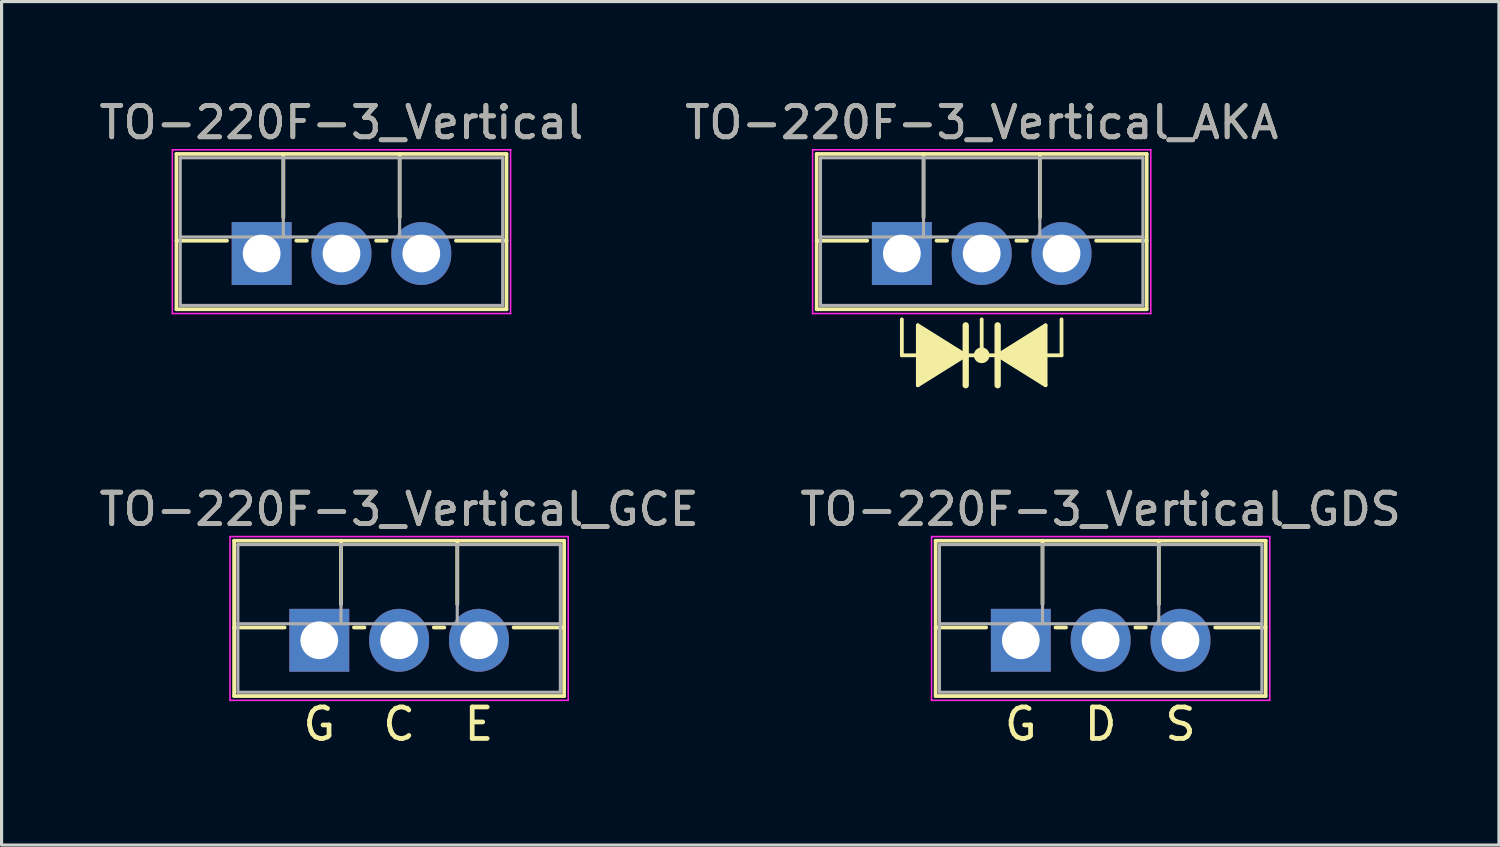
<source format=kicad_pcb>
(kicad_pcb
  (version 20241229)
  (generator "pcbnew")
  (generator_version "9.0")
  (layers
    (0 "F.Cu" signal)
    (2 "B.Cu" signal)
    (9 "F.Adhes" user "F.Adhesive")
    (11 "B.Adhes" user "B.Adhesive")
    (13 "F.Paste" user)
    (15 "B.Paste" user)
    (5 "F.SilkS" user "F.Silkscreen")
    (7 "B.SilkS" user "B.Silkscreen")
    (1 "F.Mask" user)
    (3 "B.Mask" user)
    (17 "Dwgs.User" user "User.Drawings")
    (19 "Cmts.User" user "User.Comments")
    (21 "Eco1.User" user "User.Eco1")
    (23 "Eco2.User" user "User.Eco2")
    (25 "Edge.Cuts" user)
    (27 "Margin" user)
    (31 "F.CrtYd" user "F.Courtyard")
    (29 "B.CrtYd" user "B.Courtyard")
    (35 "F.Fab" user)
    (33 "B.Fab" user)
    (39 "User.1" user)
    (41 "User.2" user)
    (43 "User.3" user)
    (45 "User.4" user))
  (footprint "TO-220F-3_Vertical_GCE"
    (layer "F.Cu")
    (at 7.109 17.323)
    (property "Reference" "TO-220F-3_Vertical_GCE" (at 2.54 -4.168 0) (layer "F.SilkS") (effects (font (size 1 1) (thickness 0.15))))
    (fp_line (start -2.71 -3.168) (end -2.71 1.773) (stroke (width 0.12) (type solid)) (layer "F.SilkS"))
    (fp_line (start -2.71 -3.168) (end 7.79 -3.168) (stroke (width 0.12) (type solid)) (layer "F.SilkS"))
    (fp_line (start -2.71 -0.408) (end -1.103 -0.408) (stroke (width 0.12) (type solid)) (layer "F.SilkS"))
    (fp_line (start -2.71 1.773) (end 7.79 1.773) (stroke (width 0.12) (type solid)) (layer "F.SilkS"))
    (fp_line (start 0.69 -3.168) (end 0.69 -1.15) (stroke (width 0.12) (type solid)) (layer "F.SilkS"))
    (fp_line (start 1.103 -0.408) (end 1.438 -0.408) (stroke (width 0.12) (type solid)) (layer "F.SilkS"))
    (fp_line (start 3.643 -0.408) (end 3.978 -0.408) (stroke (width 0.12) (type solid)) (layer "F.SilkS"))
    (fp_line (start 4.391 -3.168) (end 4.391 -1.15) (stroke (width 0.12) (type solid)) (layer "F.SilkS"))
    (fp_line (start 6.183 -0.408) (end 7.79 -0.408) (stroke (width 0.12) (type solid)) (layer "F.SilkS"))
    (fp_line (start 7.79 -3.168) (end 7.79 1.773) (stroke (width 0.12) (type solid)) (layer "F.SilkS"))
    (fp_line (start -2.84 -3.3) (end -2.84 1.91) (stroke (width 0.05) (type solid)) (layer "F.CrtYd"))
    (fp_line (start -2.84 1.91) (end 7.92 1.91) (stroke (width 0.05) (type solid)) (layer "F.CrtYd"))
    (fp_line (start 7.92 -3.3) (end -2.84 -3.3) (stroke (width 0.05) (type solid)) (layer "F.CrtYd"))
    (fp_line (start 7.92 1.91) (end 7.92 -3.3) (stroke (width 0.05) (type solid)) (layer "F.CrtYd"))
    (fp_line (start -2.59 -3.047) (end -2.59 1.653) (stroke (width 0.1) (type solid)) (layer "F.Fab"))
    (fp_line (start -2.59 -0.527) (end 7.67 -0.527) (stroke (width 0.1) (type solid)) (layer "F.Fab"))
    (fp_line (start -2.59 1.653) (end 7.67 1.653) (stroke (width 0.1) (type solid)) (layer "F.Fab"))
    (fp_line (start 0.69 -3.047) (end 0.69 -0.527) (stroke (width 0.1) (type solid)) (layer "F.Fab"))
    (fp_line (start 4.39 -3.047) (end 4.39 -0.527) (stroke (width 0.1) (type solid)) (layer "F.Fab"))
    (fp_line (start 7.67 -3.047) (end -2.59 -3.047) (stroke (width 0.1) (type solid)) (layer "F.Fab"))
    (fp_line (start 7.67 1.653) (end 7.67 -3.047) (stroke (width 0.1) (type solid)) (layer "F.Fab"))
    (fp_text user "G" (at 0 2.667 0) (unlocked yes) (layer "F.SilkS") (effects (font (size 1 1) (thickness 0.15))))
    (fp_text user "C" (at 2.54 2.667 0) (unlocked yes) (layer "F.SilkS") (effects (font (size 1 1) (thickness 0.15))))
    (fp_text user "E" (at 5.08 2.667 0) (unlocked yes) (layer "F.SilkS") (effects (font (size 1 1) (thickness 0.15))))
    (fp_text user "${REFERENCE}" (at 2.54 -4.168 0) (layer "F.Fab") (effects (font (size 1 1) (thickness 0.15))))
    (pad "1" thru_hole rect (at 0 0) (size 1.905 2) (drill 1.2) (layers "*.Cu" "*.Mask"))
    (pad "2" thru_hole oval (at 2.54 0) (size 1.905 2) (drill 1.2) (layers "*.Cu" "*.Mask"))
    (pad "3" thru_hole oval (at 5.08 0) (size 1.905 2) (drill 1.2) (layers "*.Cu" "*.Mask")))
  (footprint "TO-220F-3_Vertical_GDS"
    (layer "F.Cu")
    (at 29.43 17.323)
    (property "Reference" "TO-220F-3_Vertical_GDS" (at 2.54 -4.168 0) (layer "F.SilkS") (effects (font (size 1 1) (thickness 0.15))))
    (fp_line (start -2.71 -3.168) (end -2.71 1.773) (stroke (width 0.12) (type solid)) (layer "F.SilkS"))
    (fp_line (start -2.71 -3.168) (end 7.79 -3.168) (stroke (width 0.12) (type solid)) (layer "F.SilkS"))
    (fp_line (start -2.71 -0.408) (end -1.103 -0.408) (stroke (width 0.12) (type solid)) (layer "F.SilkS"))
    (fp_line (start -2.71 1.773) (end 7.79 1.773) (stroke (width 0.12) (type solid)) (layer "F.SilkS"))
    (fp_line (start 0.69 -3.168) (end 0.69 -1.15) (stroke (width 0.12) (type solid)) (layer "F.SilkS"))
    (fp_line (start 1.103 -0.408) (end 1.438 -0.408) (stroke (width 0.12) (type solid)) (layer "F.SilkS"))
    (fp_line (start 3.643 -0.408) (end 3.978 -0.408) (stroke (width 0.12) (type solid)) (layer "F.SilkS"))
    (fp_line (start 4.391 -3.168) (end 4.391 -1.15) (stroke (width 0.12) (type solid)) (layer "F.SilkS"))
    (fp_line (start 6.183 -0.408) (end 7.79 -0.408) (stroke (width 0.12) (type solid)) (layer "F.SilkS"))
    (fp_line (start 7.79 -3.168) (end 7.79 1.773) (stroke (width 0.12) (type solid)) (layer "F.SilkS"))
    (fp_line (start -2.84 -3.3) (end -2.84 1.91) (stroke (width 0.05) (type solid)) (layer "F.CrtYd"))
    (fp_line (start -2.84 1.91) (end 7.92 1.91) (stroke (width 0.05) (type solid)) (layer "F.CrtYd"))
    (fp_line (start 7.92 -3.3) (end -2.84 -3.3) (stroke (width 0.05) (type solid)) (layer "F.CrtYd"))
    (fp_line (start 7.92 1.91) (end 7.92 -3.3) (stroke (width 0.05) (type solid)) (layer "F.CrtYd"))
    (fp_line (start -2.59 -3.047) (end -2.59 1.653) (stroke (width 0.1) (type solid)) (layer "F.Fab"))
    (fp_line (start -2.59 -0.527) (end 7.67 -0.527) (stroke (width 0.1) (type solid)) (layer "F.Fab"))
    (fp_line (start -2.59 1.653) (end 7.67 1.653) (stroke (width 0.1) (type solid)) (layer "F.Fab"))
    (fp_line (start 0.69 -3.047) (end 0.69 -0.527) (stroke (width 0.1) (type solid)) (layer "F.Fab"))
    (fp_line (start 4.39 -3.047) (end 4.39 -0.527) (stroke (width 0.1) (type solid)) (layer "F.Fab"))
    (fp_line (start 7.67 -3.047) (end -2.59 -3.047) (stroke (width 0.1) (type solid)) (layer "F.Fab"))
    (fp_line (start 7.67 1.653) (end 7.67 -3.047) (stroke (width 0.1) (type solid)) (layer "F.Fab"))
    (fp_text user "D" (at 2.54 2.667 0) (unlocked yes) (layer "F.SilkS") (effects (font (size 1 1) (thickness 0.15))))
    (fp_text user "G" (at 0 2.667 0) (unlocked yes) (layer "F.SilkS") (effects (font (size 1 1) (thickness 0.15))))
    (fp_text user "S" (at 5.08 2.667 0) (unlocked yes) (layer "F.SilkS") (effects (font (size 1 1) (thickness 0.15))))
    (fp_text user "${REFERENCE}" (at 2.54 -4.168 0) (layer "F.Fab") (effects (font (size 1 1) (thickness 0.15))))
    (pad "1" thru_hole rect (at 0 0) (size 1.905 2) (drill 1.2) (layers "*.Cu" "*.Mask"))
    (pad "2" thru_hole oval (at 2.54 0) (size 1.905 2) (drill 1.2) (layers "*.Cu" "*.Mask"))
    (pad "3" thru_hole oval (at 5.08 0) (size 1.905 2) (drill 1.2) (layers "*.Cu" "*.Mask")))
  (footprint "TO-220F-3_Vertical_AKA"
    (layer "F.Cu")
    (at 25.645 5.016)
    (property "Reference" "TO-220F-3_Vertical_AKA" (at 2.54 -4.168 0) (layer "F.SilkS") (effects (font (size 1 1) (thickness 0.15))))
    (attr through_hole)
    (fp_line (start -2.71 -3.168) (end -2.71 1.773) (stroke (width 0.12) (type solid)) (layer "F.SilkS"))
    (fp_line (start -2.71 -3.168) (end 7.79 -3.168) (stroke (width 0.12) (type solid)) (layer "F.SilkS"))
    (fp_line (start -2.71 -0.408) (end -1.103 -0.408) (stroke (width 0.12) (type solid)) (layer "F.SilkS"))
    (fp_line (start -2.71 1.773) (end 7.79 1.773) (stroke (width 0.12) (type solid)) (layer "F.SilkS"))
    (fp_line (start 0 2.095) (end 0 3.239) (stroke (width 0.12) (type solid)) (layer "F.SilkS"))
    (fp_line (start 0 3.239) (end 0.508 3.239) (stroke (width 0.12) (type solid)) (layer "F.SilkS"))
    (fp_line (start 0.508 2.477) (end 0.508 2.286) (stroke (width 0.12) (type solid)) (layer "F.SilkS"))
    (fp_line (start 0.508 2.477) (end 0.508 4) (stroke (width 0.12) (type solid)) (layer "F.SilkS"))
    (fp_line (start 0.508 4) (end 0.508 4.191) (stroke (width 0.12) (type solid)) (layer "F.SilkS"))
    (fp_line (start 0.69 -3.168) (end 0.69 -1.15) (stroke (width 0.12) (type solid)) (layer "F.SilkS"))
    (fp_line (start 1.103 -0.408) (end 1.438 -0.408) (stroke (width 0.12) (type solid)) (layer "F.SilkS"))
    (fp_line (start 2.032 3.239) (end 0.508 2.286) (stroke (width 0.12) (type solid)) (layer "F.SilkS"))
    (fp_line (start 2.032 3.239) (end 0.508 4.191) (stroke (width 0.12) (type solid)) (layer "F.SilkS"))
    (fp_line (start 2.032 4.191) (end 2.032 2.286) (stroke (width 0.2) (type solid)) (layer "F.SilkS"))
    (fp_line (start 2.54 2.095) (end 2.54 3.239) (stroke (width 0.12) (type solid)) (layer "F.SilkS"))
    (fp_line (start 2.54 3.239) (end 2.032 3.239) (stroke (width 0.12) (type solid)) (layer "F.SilkS"))
    (fp_line (start 2.54 3.239) (end 3.048 3.239) (stroke (width 0.12) (type solid)) (layer "F.SilkS"))
    (fp_line (start 3.048 2.286) (end 3.048 4.191) (stroke (width 0.2) (type solid)) (layer "F.SilkS"))
    (fp_line (start 3.048 3.239) (end 4.572 4.191) (stroke (width 0.12) (type solid)) (layer "F.SilkS"))
    (fp_line (start 3.643 -0.408) (end 3.978 -0.408) (stroke (width 0.12) (type solid)) (layer "F.SilkS"))
    (fp_line (start 4.391 -3.168) (end 4.391 -1.15) (stroke (width 0.12) (type solid)) (layer "F.SilkS"))
    (fp_line (start 4.572 2.286) (end 3.048 3.239) (stroke (width 0.12) (type solid)) (layer "F.SilkS"))
    (fp_line (start 4.572 4.191) (end 4.572 2.286) (stroke (width 0.12) (type solid)) (layer "F.SilkS"))
    (fp_line (start 5.08 2.095) (end 5.08 3.239) (stroke (width 0.12) (type solid)) (layer "F.SilkS"))
    (fp_line (start 5.08 3.239) (end 4.572 3.239) (stroke (width 0.12) (type solid)) (layer "F.SilkS"))
    (fp_line (start 6.183 -0.408) (end 7.79 -0.408) (stroke (width 0.12) (type solid)) (layer "F.SilkS"))
    (fp_line (start 7.79 -3.168) (end 7.79 1.773) (stroke (width 0.12) (type solid)) (layer "F.SilkS"))
    (fp_circle (center 2.54 3.239) (end 2.54 3.302) (stroke (width 0.12) (type solid)) (fill no) (layer "F.SilkS"))
    (fp_circle (center 2.54 3.239) (end 2.54 3.365) (stroke (width 0.12) (type solid)) (fill no) (layer "F.SilkS"))
    (fp_circle (center 2.54 3.239) (end 2.54 3.429) (stroke (width 0.12) (type solid)) (fill no) (layer "F.SilkS"))
    (fp_poly (pts (xy 2.032 3.239) (xy 0.508 4.191) (xy 0.508 2.286)) (stroke (width 0.1) (type solid)) (fill yes) (layer "F.SilkS"))
    (fp_poly (pts (xy 4.572 4.191) (xy 3.048 3.239) (xy 4.572 2.286)) (stroke (width 0.1) (type solid)) (fill yes) (layer "F.SilkS"))
    (fp_line (start -2.84 -3.3) (end -2.84 1.91) (stroke (width 0.05) (type solid)) (layer "F.CrtYd"))
    (fp_line (start -2.84 1.91) (end 7.92 1.91) (stroke (width 0.05) (type solid)) (layer "F.CrtYd"))
    (fp_line (start 7.92 -3.3) (end -2.84 -3.3) (stroke (width 0.05) (type solid)) (layer "F.CrtYd"))
    (fp_line (start 7.92 1.91) (end 7.92 -3.3) (stroke (width 0.05) (type solid)) (layer "F.CrtYd"))
    (fp_line (start -2.59 -3.047) (end -2.59 1.653) (stroke (width 0.1) (type solid)) (layer "F.Fab"))
    (fp_line (start -2.59 -0.527) (end 7.67 -0.527) (stroke (width 0.1) (type solid)) (layer "F.Fab"))
    (fp_line (start -2.59 1.653) (end 7.67 1.653) (stroke (width 0.1) (type solid)) (layer "F.Fab"))
    (fp_line (start 0.69 -3.047) (end 0.69 -0.527) (stroke (width 0.1) (type solid)) (layer "F.Fab"))
    (fp_line (start 4.39 -3.047) (end 4.39 -0.527) (stroke (width 0.1) (type solid)) (layer "F.Fab"))
    (fp_line (start 7.67 -3.047) (end -2.59 -3.047) (stroke (width 0.1) (type solid)) (layer "F.Fab"))
    (fp_line (start 7.67 1.653) (end 7.67 -3.047) (stroke (width 0.1) (type solid)) (layer "F.Fab"))
    (fp_text user "${REFERENCE}" (at 2.54 -4.168 0) (layer "F.Fab") (effects (font (size 1 1) (thickness 0.15))))
    (pad "1" thru_hole rect (at 0 0) (size 1.905 2) (drill 1.2) (layers "*.Cu" "*.Mask"))
    (pad "2" thru_hole oval (at 2.54 0) (size 1.905 2) (drill 1.2) (layers "*.Cu" "*.Mask"))
    (pad "3" thru_hole oval (at 5.08 0) (size 1.905 2) (drill 1.2) (layers "*.Cu" "*.Mask")))
  (footprint "TO-220F-3_Vertical"
    (layer "F.Cu")
    (at 5.275 5.016)
    (property "Reference" "TO-220F-3_Vertical" (at 2.54 -4.168 0) (layer "F.SilkS") (effects (font (size 1 1) (thickness 0.15))))
    (attr through_hole)
    (fp_line (start -2.71 -3.168) (end -2.71 1.773) (stroke (width 0.12) (type solid)) (layer "F.SilkS"))
    (fp_line (start -2.71 -3.168) (end 7.79 -3.168) (stroke (width 0.12) (type solid)) (layer "F.SilkS"))
    (fp_line (start -2.71 -0.408) (end -1.103 -0.408) (stroke (width 0.12) (type solid)) (layer "F.SilkS"))
    (fp_line (start -2.71 1.773) (end 7.79 1.773) (stroke (width 0.12) (type solid)) (layer "F.SilkS"))
    (fp_line (start 0.69 -3.168) (end 0.69 -1.15) (stroke (width 0.12) (type solid)) (layer "F.SilkS"))
    (fp_line (start 1.103 -0.408) (end 1.438 -0.408) (stroke (width 0.12) (type solid)) (layer "F.SilkS"))
    (fp_line (start 3.643 -0.408) (end 3.978 -0.408) (stroke (width 0.12) (type solid)) (layer "F.SilkS"))
    (fp_line (start 4.391 -3.168) (end 4.391 -1.15) (stroke (width 0.12) (type solid)) (layer "F.SilkS"))
    (fp_line (start 6.183 -0.408) (end 7.79 -0.408) (stroke (width 0.12) (type solid)) (layer "F.SilkS"))
    (fp_line (start 7.79 -3.168) (end 7.79 1.773) (stroke (width 0.12) (type solid)) (layer "F.SilkS"))
    (fp_line (start -2.84 -3.3) (end -2.84 1.91) (stroke (width 0.05) (type solid)) (layer "F.CrtYd"))
    (fp_line (start -2.84 1.91) (end 7.92 1.91) (stroke (width 0.05) (type solid)) (layer "F.CrtYd"))
    (fp_line (start 7.92 -3.3) (end -2.84 -3.3) (stroke (width 0.05) (type solid)) (layer "F.CrtYd"))
    (fp_line (start 7.92 1.91) (end 7.92 -3.3) (stroke (width 0.05) (type solid)) (layer "F.CrtYd"))
    (fp_line (start -2.59 -3.047) (end -2.59 1.653) (stroke (width 0.1) (type solid)) (layer "F.Fab"))
    (fp_line (start -2.59 -0.527) (end 7.67 -0.527) (stroke (width 0.1) (type solid)) (layer "F.Fab"))
    (fp_line (start -2.59 1.653) (end 7.67 1.653) (stroke (width 0.1) (type solid)) (layer "F.Fab"))
    (fp_line (start 0.69 -3.047) (end 0.69 -0.527) (stroke (width 0.1) (type solid)) (layer "F.Fab"))
    (fp_line (start 4.39 -3.047) (end 4.39 -0.527) (stroke (width 0.1) (type solid)) (layer "F.Fab"))
    (fp_line (start 7.67 -3.047) (end -2.59 -3.047) (stroke (width 0.1) (type solid)) (layer "F.Fab"))
    (fp_line (start 7.67 1.653) (end 7.67 -3.047) (stroke (width 0.1) (type solid)) (layer "F.Fab"))
    (fp_text user "${REFERENCE}" (at 2.54 -4.168 0) (layer "F.Fab") (effects (font (size 1 1) (thickness 0.15))))
    (pad "1" thru_hole rect (at 0 0) (size 1.905 2) (drill 1.2) (layers "*.Cu" "*.Mask"))
    (pad "2" thru_hole oval (at 2.54 0) (size 1.905 2) (drill 1.2) (layers "*.Cu" "*.Mask"))
    (pad "3" thru_hole oval (at 5.08 0) (size 1.905 2) (drill 1.2) (layers "*.Cu" "*.Mask")))
  (gr_rect
    (start -3 -3)
    (end 44.643 23.838)
    (stroke (width 0.1) (type default))
    (fill no)
    (layer "Edge.Cuts")))
</source>
